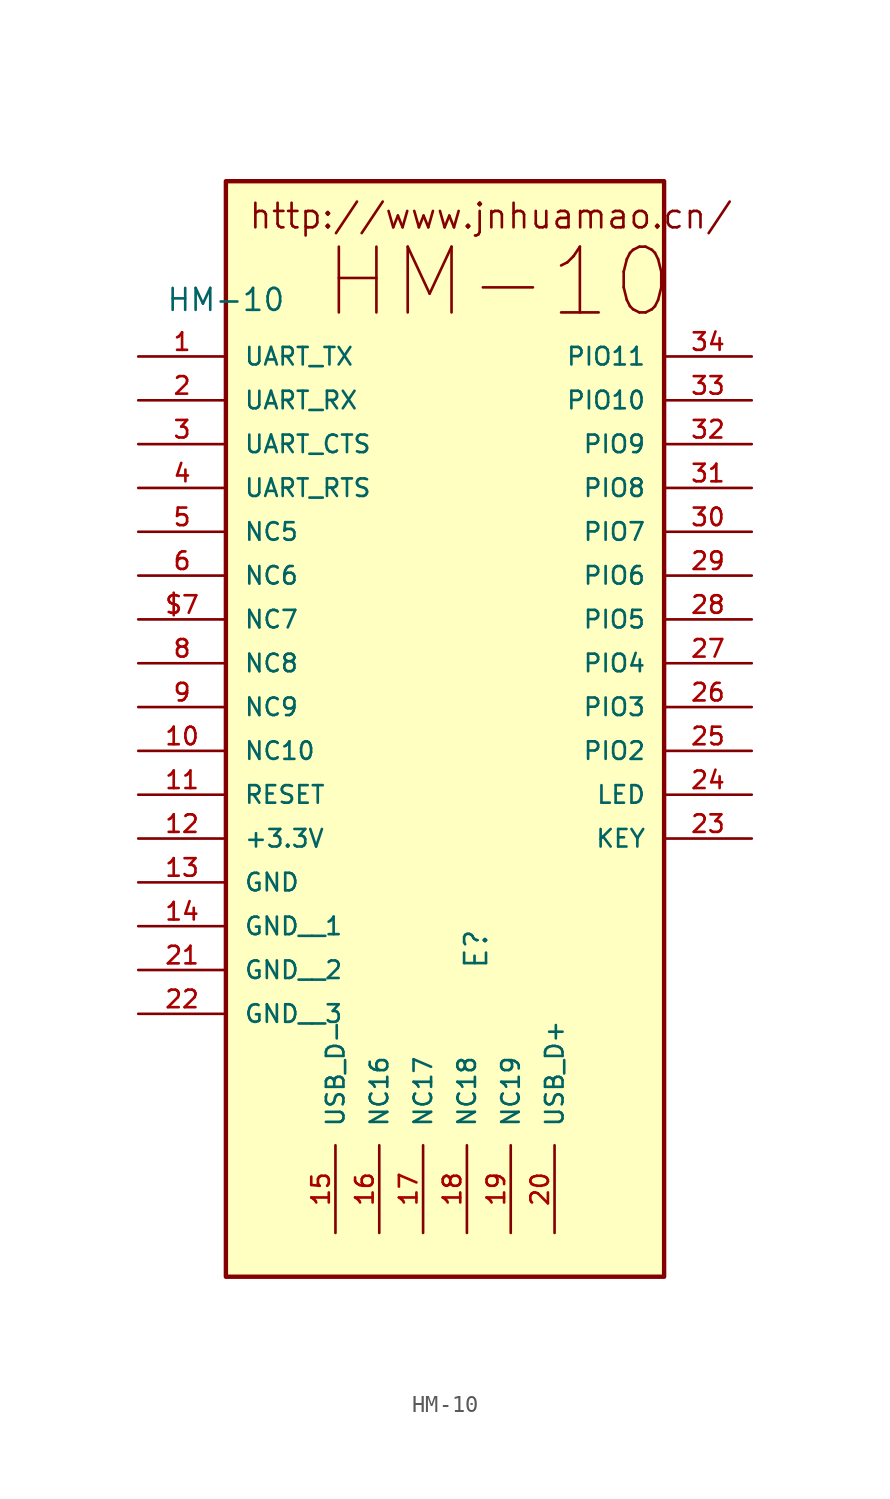
<source format=kicad_sym>
(kicad_symbol_lib
  (version 20211014)
  (generator kicad_symbol_editor)
  (symbol "HM-10"
    (pin_names
      (offset 1.016))
    (property "Reference" "E"
      (at 15.24 -45.72 90.0)
      (effects (font (size 1.27 1.27)) (justify bottom left)))
    (property "Value" "HM-10"
      (at 0 -7.62 0)
      (effects (font (size 1.27 1.27)) (justify bottom)))
    (symbol "HM-10_0_0"
      (text "HM-10" (at 5.54 -8.08 0) (effects (font (size 3.81 3.81)) (justify bottom left)))
      (text "http://www.jnhuamao.cn/" (at 1.27 -1.19 0) (effects (font (size 1.422 1.422)) (justify top left)))
      (rectangle (start 0.0 -63.5) (end 25.4 3.5527136788e-15) (stroke (width 0.254)) (fill (type background)))
      (pin bidirectional line (at -5.08 -10.16 0) (length 5.08) (name "UART_TX" (effects (font (size 1.016 1.016)))) (number "1" (effects (font (size 1.016 1.016)))))
      (pin bidirectional line (at -5.08 -12.7 0) (length 5.08) (name "UART_RX" (effects (font (size 1.016 1.016)))) (number "2" (effects (font (size 1.016 1.016)))))
      (pin bidirectional line (at -5.08 -15.24 0) (length 5.08) (name "UART_CTS" (effects (font (size 1.016 1.016)))) (number "3" (effects (font (size 1.016 1.016)))))
      (pin bidirectional line (at -5.08 -17.78 0) (length 5.08) (name "UART_RTS" (effects (font (size 1.016 1.016)))) (number "4" (effects (font (size 1.016 1.016)))))
      (pin bidirectional line (at -5.08 -20.32 0) (length 5.08) (name "NC5" (effects (font (size 1.016 1.016)))) (number "5" (effects (font (size 1.016 1.016)))))
      (pin bidirectional line (at -5.08 -22.86 0) (length 5.08) (name "NC6" (effects (font (size 1.016 1.016)))) (number "6" (effects (font (size 1.016 1.016)))))
      (pin bidirectional line (at -5.08 -25.4 0) (length 5.08) (name "NC7" (effects (font (size 1.016 1.016)))) (number "$7" (effects (font (size 1.016 1.016)))))
      (pin bidirectional line (at -5.08 -27.94 0) (length 5.08) (name "NC8" (effects (font (size 1.016 1.016)))) (number "8" (effects (font (size 1.016 1.016)))))
      (pin bidirectional line (at -5.08 -30.48 0) (length 5.08) (name "NC9" (effects (font (size 1.016 1.016)))) (number "9" (effects (font (size 1.016 1.016)))))
      (pin bidirectional line (at -5.08 -33.02 0) (length 5.08) (name "NC10" (effects (font (size 1.016 1.016)))) (number "10" (effects (font (size 1.016 1.016)))))
      (pin bidirectional line (at -5.08 -35.56 0) (length 5.08) (name "RESET" (effects (font (size 1.016 1.016)))) (number "11" (effects (font (size 1.016 1.016)))))
      (pin bidirectional line (at -5.08 -38.1 0) (length 5.08) (name "+3.3V" (effects (font (size 1.016 1.016)))) (number "12" (effects (font (size 1.016 1.016)))))
      (pin bidirectional line (at -5.08 -40.64 0) (length 5.08) (name "GND" (effects (font (size 1.016 1.016)))) (number "13" (effects (font (size 1.016 1.016)))))
      (pin bidirectional line (at 6.35 -60.96 90.0) (length 5.08) (name "USB_D-" (effects (font (size 1.016 1.016)))) (number "15" (effects (font (size 1.016 1.016)))))
      (pin bidirectional line (at 8.89 -60.96 90.0) (length 5.08) (name "NC16" (effects (font (size 1.016 1.016)))) (number "16" (effects (font (size 1.016 1.016)))))
      (pin bidirectional line (at 11.43 -60.96 90.0) (length 5.08) (name "NC17" (effects (font (size 1.016 1.016)))) (number "17" (effects (font (size 1.016 1.016)))))
      (pin bidirectional line (at 13.97 -60.96 90.0) (length 5.08) (name "NC18" (effects (font (size 1.016 1.016)))) (number "18" (effects (font (size 1.016 1.016)))))
      (pin bidirectional line (at 16.51 -60.96 90.0) (length 5.08) (name "NC19" (effects (font (size 1.016 1.016)))) (number "19" (effects (font (size 1.016 1.016)))))
      (pin bidirectional line (at 19.05 -60.96 90.0) (length 5.08) (name "USB_D+" (effects (font (size 1.016 1.016)))) (number "20" (effects (font (size 1.016 1.016)))))
      (pin bidirectional line (at 30.48 -38.1 180.0) (length 5.08) (name "KEY" (effects (font (size 1.016 1.016)))) (number "23" (effects (font (size 1.016 1.016)))))
      (pin bidirectional line (at 30.48 -35.56 180.0) (length 5.08) (name "LED" (effects (font (size 1.016 1.016)))) (number "24" (effects (font (size 1.016 1.016)))))
      (pin bidirectional line (at 30.48 -33.02 180.0) (length 5.08) (name "PIO2" (effects (font (size 1.016 1.016)))) (number "25" (effects (font (size 1.016 1.016)))))
      (pin bidirectional line (at 30.48 -30.48 180.0) (length 5.08) (name "PIO3" (effects (font (size 1.016 1.016)))) (number "26" (effects (font (size 1.016 1.016)))))
      (pin bidirectional line (at 30.48 -27.94 180.0) (length 5.08) (name "PIO4" (effects (font (size 1.016 1.016)))) (number "27" (effects (font (size 1.016 1.016)))))
      (pin bidirectional line (at 30.48 -25.4 180.0) (length 5.08) (name "PIO5" (effects (font (size 1.016 1.016)))) (number "28" (effects (font (size 1.016 1.016)))))
      (pin bidirectional line (at 30.48 -22.86 180.0) (length 5.08) (name "PIO6" (effects (font (size 1.016 1.016)))) (number "29" (effects (font (size 1.016 1.016)))))
      (pin bidirectional line (at 30.48 -20.32 180.0) (length 5.08) (name "PIO7" (effects (font (size 1.016 1.016)))) (number "30" (effects (font (size 1.016 1.016)))))
      (pin bidirectional line (at 30.48 -17.78 180.0) (length 5.08) (name "PIO8" (effects (font (size 1.016 1.016)))) (number "31" (effects (font (size 1.016 1.016)))))
      (pin bidirectional line (at 30.48 -15.24 180.0) (length 5.08) (name "PIO9" (effects (font (size 1.016 1.016)))) (number "32" (effects (font (size 1.016 1.016)))))
      (pin bidirectional line (at 30.48 -12.7 180.0) (length 5.08) (name "PIO10" (effects (font (size 1.016 1.016)))) (number "33" (effects (font (size 1.016 1.016)))))
      (pin bidirectional line (at 30.48 -10.16 180.0) (length 5.08) (name "PIO11" (effects (font (size 1.016 1.016)))) (number "34" (effects (font (size 1.016 1.016)))))
      (pin bidirectional line (at -5.08 -43.18 0) (length 5.08) (name "GND__1" (effects (font (size 1.016 1.016)))) (number "14" (effects (font (size 1.016 1.016)))))
      (pin bidirectional line (at -5.08 -45.72 0) (length 5.08) (name "GND__2" (effects (font (size 1.016 1.016)))) (number "21" (effects (font (size 1.016 1.016)))))
      (pin bidirectional line (at -5.08 -48.26 0) (length 5.08) (name "GND__3" (effects (font (size 1.016 1.016)))) (number "22" (effects (font (size 1.016 1.016))))))))
</source>
